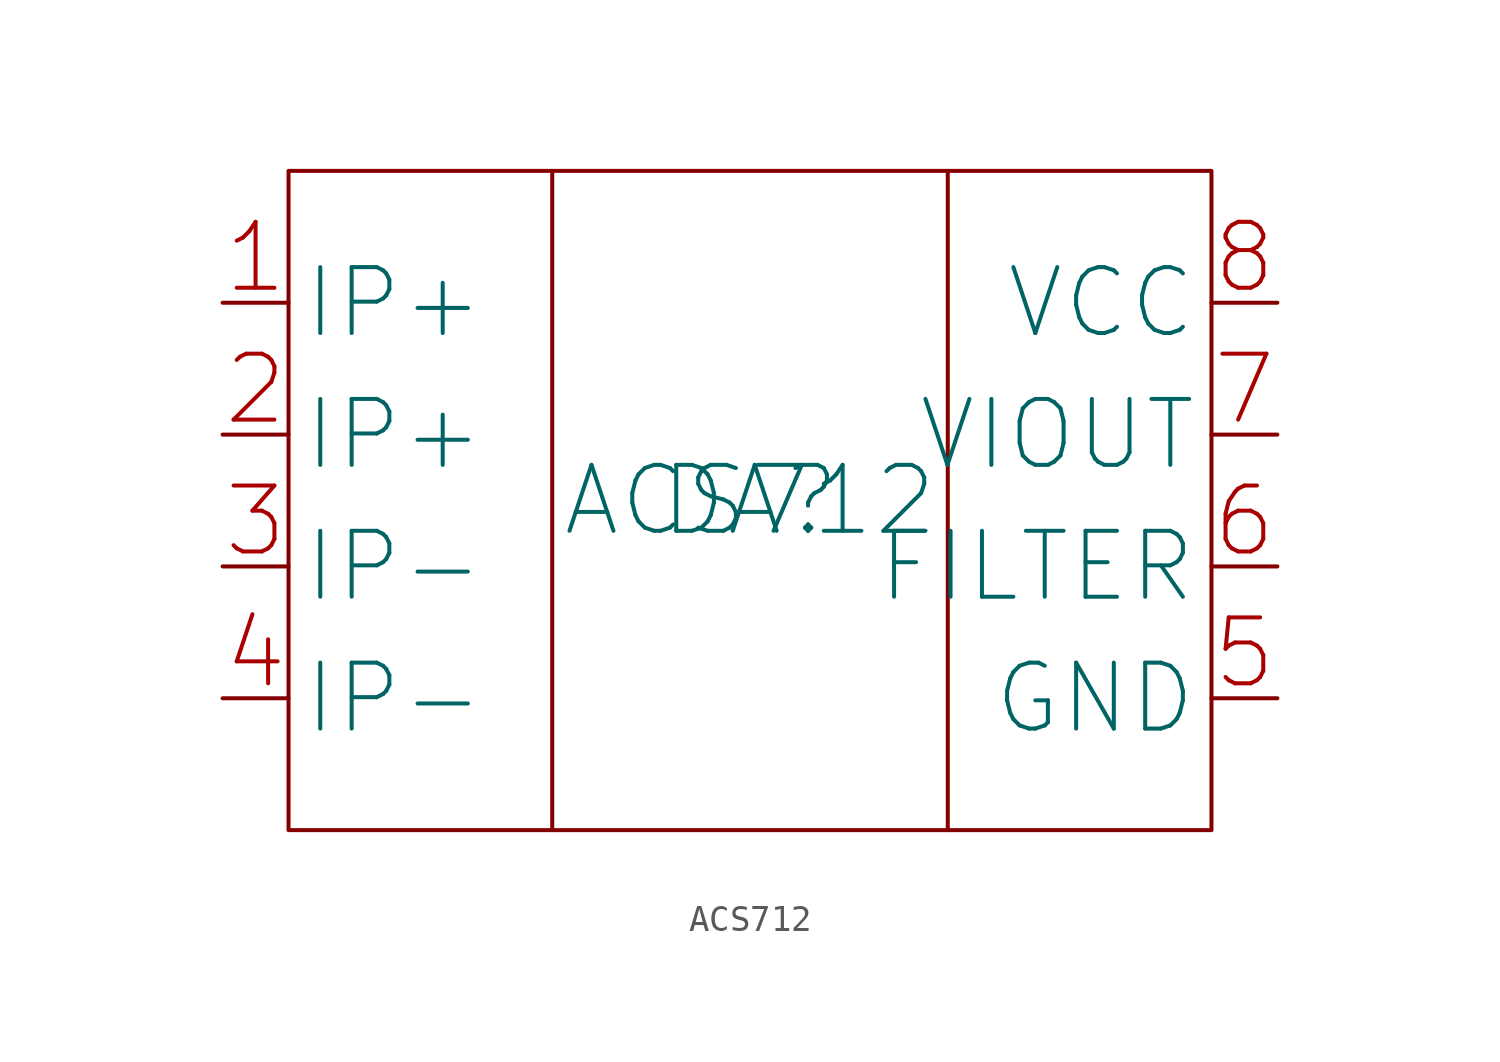
<source format=kicad_sym>
(kicad_symbol_lib
  (version 20220914)
  (generator kicad_symbol_editor)
  (symbol "ACS712"
    (property "Reference" "DA"
      (at 0 0 0)
      (effects (font (size 2.5 2.5))))
    (property "Value" "ACS712"
      (at 0 0 0)
      (effects (font (size 2.5 2.5))))
    (symbol "ACS712_0_1"
      (rectangle (start -17.5 12.5) (end 17.5 -12.5) (stroke (width 0) (type default)) (fill (type none)))
      (polyline (pts (xy -7.5 12.5) (xy -7.5 -12.5)) (stroke (width 0) (type default)) (fill (type none)))
      (polyline (pts (xy 7.5 12.5) (xy 7.5 -12.5)) (stroke (width 0) (type default)) (fill (type none))))
    (symbol "ACS712_1_1"
      (pin input line (at -20 7.5 0) (length 2.5) (name "IP+" (effects (font (size 2.5 2.5)))) (number "1" (effects (font (size 2.5 2.5)))))
      (pin input line (at -20 2.5 0) (length 2.5) (name "IP+" (effects (font (size 2.5 2.5)))) (number "2" (effects (font (size 2.5 2.5)))))
      (pin input line (at -20 -2.5 0) (length 2.5) (name "IP-" (effects (font (size 2.5 2.5)))) (number "3" (effects (font (size 2.5 2.5)))))
      (pin input line (at -20 -7.5 0) (length 2.5) (name "IP-" (effects (font (size 2.5 2.5)))) (number "4" (effects (font (size 2.5 2.5)))))
      (pin input line (at 20 -7.5 180) (length 2.5) (name "GND" (effects (font (size 2.5 2.5)))) (number "5" (effects (font (size 2.5 2.5)))))
      (pin input line (at 20 -2.5 180) (length 2.5) (name "FILTER" (effects (font (size 2.5 2.5)))) (number "6" (effects (font (size 2.5 2.5)))))
      (pin input line (at 20 2.5 180) (length 2.5) (name "VIOUT" (effects (font (size 2.5 2.5)))) (number "7" (effects (font (size 2.5 2.5)))))
      (pin input line (at 20 7.5 180) (length 2.5) (name "VCC" (effects (font (size 2.5 2.5)))) (number "8" (effects (font (size 2.5 2.5))))))))
</source>
